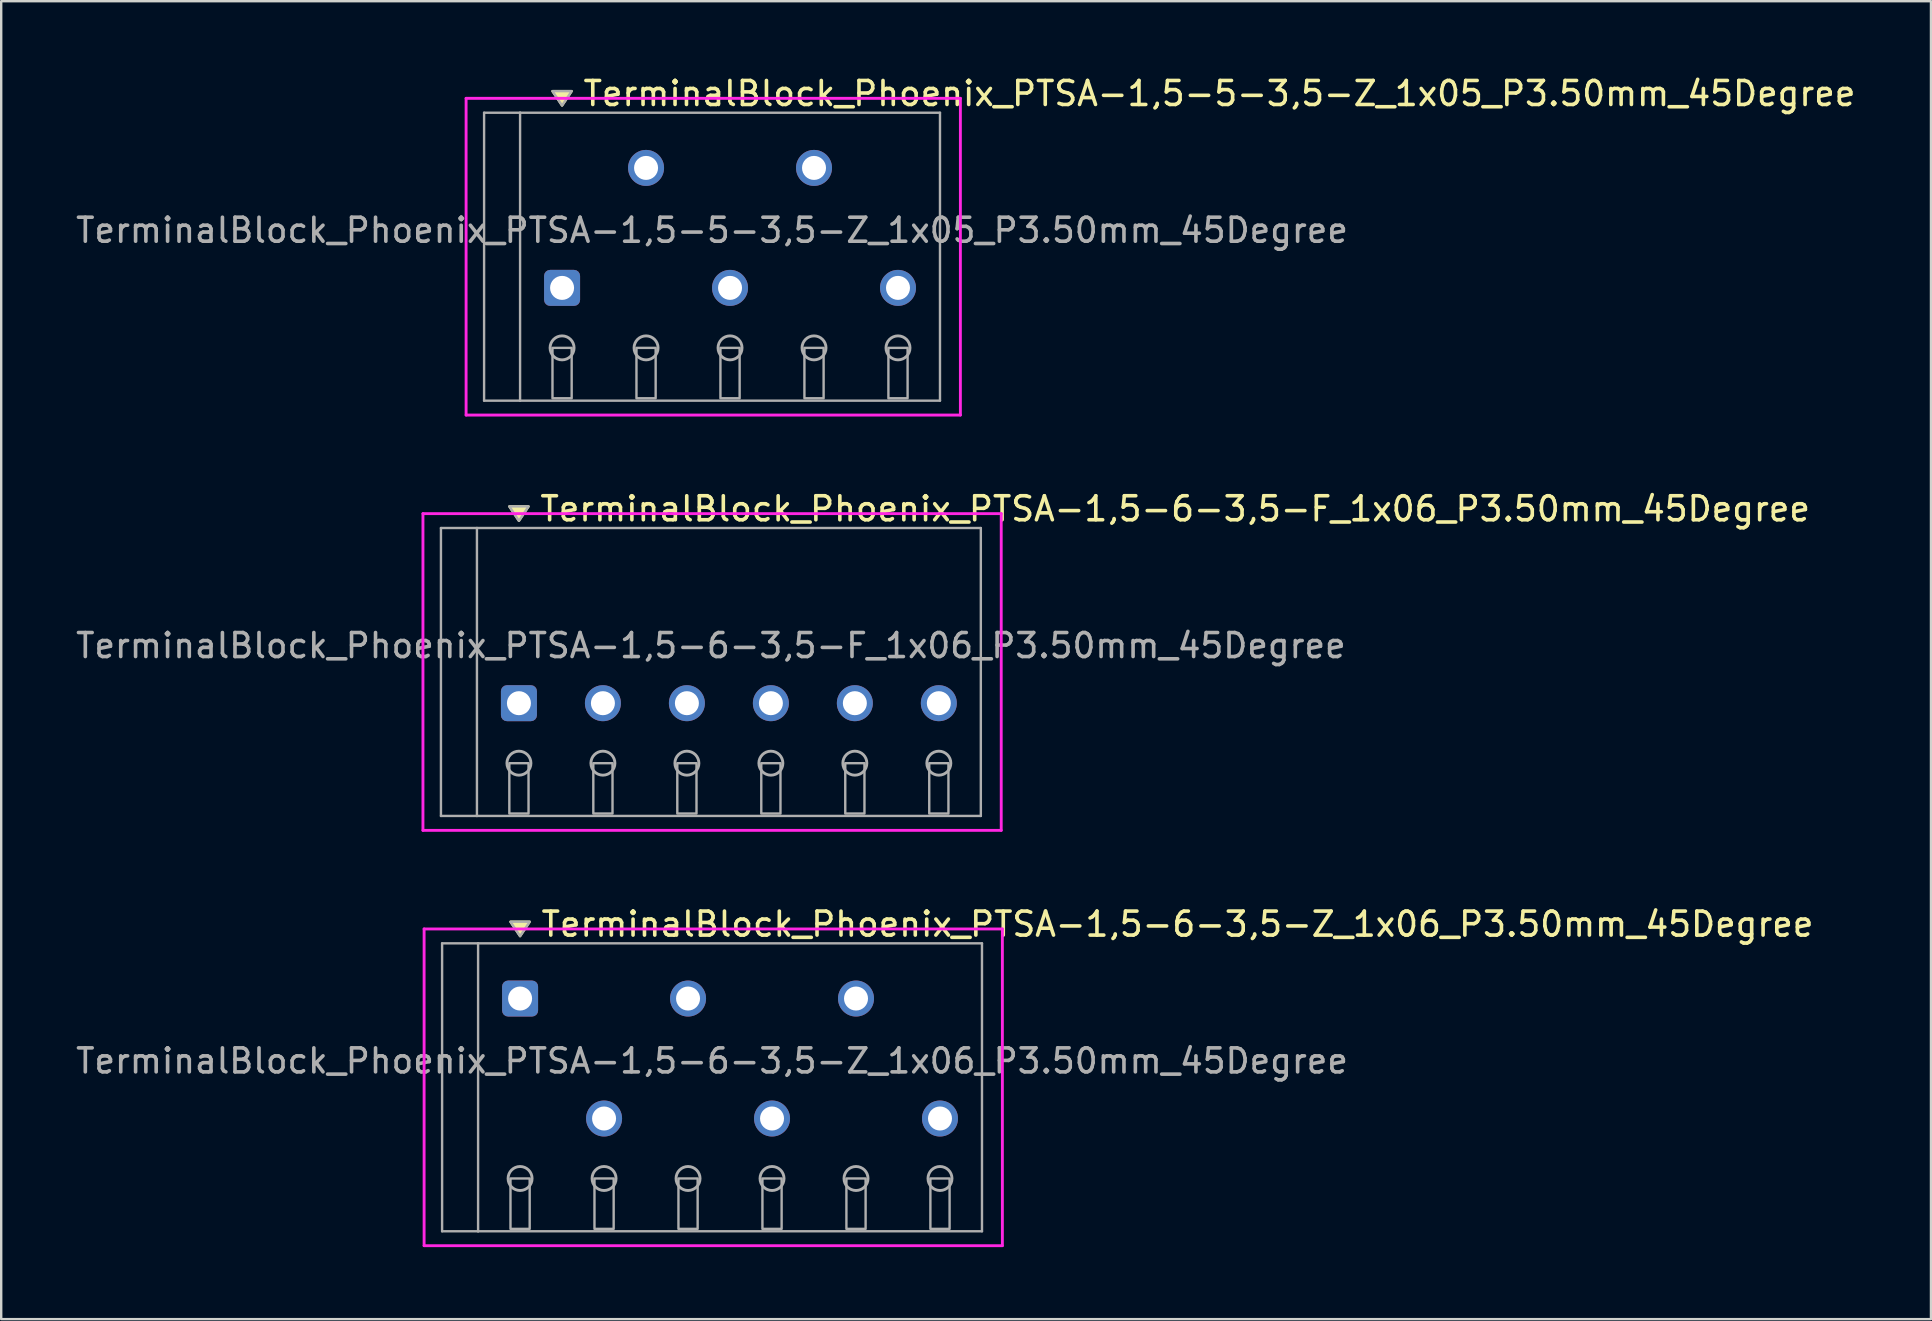
<source format=kicad_pcb>
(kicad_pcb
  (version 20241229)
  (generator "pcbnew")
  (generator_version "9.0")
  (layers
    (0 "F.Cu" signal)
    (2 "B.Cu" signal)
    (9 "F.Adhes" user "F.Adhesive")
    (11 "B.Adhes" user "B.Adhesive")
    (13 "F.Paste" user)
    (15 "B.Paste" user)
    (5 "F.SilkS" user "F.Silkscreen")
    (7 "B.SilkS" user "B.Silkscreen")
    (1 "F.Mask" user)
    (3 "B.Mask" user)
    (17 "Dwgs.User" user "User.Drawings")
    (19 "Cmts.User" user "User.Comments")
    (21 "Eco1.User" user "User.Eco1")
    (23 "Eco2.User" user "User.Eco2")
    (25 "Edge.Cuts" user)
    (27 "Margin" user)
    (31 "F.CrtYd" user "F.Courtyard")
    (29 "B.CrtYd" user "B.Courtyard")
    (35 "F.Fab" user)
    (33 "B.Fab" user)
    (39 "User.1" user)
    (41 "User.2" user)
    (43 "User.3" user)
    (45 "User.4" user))
  (footprint "TerminalBlock_Phoenix_PTSA-1,5-5-3,5-Z_1x05_P3.50mm_45Degree"
    (layer "F.Cu")
    (at 20.375 8.948)
    (property "Reference" "TerminalBlock_Phoenix_PTSA-1,5-5-3,5-Z_1x05_P3.50mm_45Degree" (at 0.8 -8.1 0) (layer "F.SilkS") (effects (font (size 1 1) (thickness 0.15)) (justify left)))
    (attr through_hole)
    (fp_poly (pts (xy 0 -7.6) (xy -0.4 -8.2) (xy 0.4 -8.2)) (stroke (width 0.1) (type solid)) (fill yes) (layer "F.SilkS"))
    (fp_line (start -4 -7.9) (end 16.6 -7.9) (stroke (width 0.12) (type solid)) (layer "F.CrtYd"))
    (fp_line (start -4 5.3) (end -4 -7.9) (stroke (width 0.12) (type solid)) (layer "F.CrtYd"))
    (fp_line (start 16.6 -7.9) (end 16.6 5.3) (stroke (width 0.12) (type solid)) (layer "F.CrtYd"))
    (fp_line (start 16.6 5.3) (end -4 5.3) (stroke (width 0.12) (type solid)) (layer "F.CrtYd"))
    (fp_line (start -3.25 -7.3) (end -1.75 -7.3) (stroke (width 0.1) (type solid)) (layer "F.Fab"))
    (fp_line (start -3.25 4.7) (end -3.25 -7.3) (stroke (width 0.1) (type solid)) (layer "F.Fab"))
    (fp_line (start -1.75 -7.3) (end -1.75 4.7) (stroke (width 0.1) (type solid)) (layer "F.Fab"))
    (fp_line (start -1.75 4.7) (end -3.25 4.7) (stroke (width 0.1) (type solid)) (layer "F.Fab"))
    (fp_line (start -1.75 4.7) (end 15.75 4.7) (stroke (width 0.1) (type solid)) (layer "F.Fab"))
    (fp_line (start 15.75 -7.3) (end -1.75 -7.3) (stroke (width 0.1) (type solid)) (layer "F.Fab"))
    (fp_line (start 15.75 4.7) (end 15.75 -7.3) (stroke (width 0.1) (type solid)) (layer "F.Fab"))
    (fp_circle (center 0 2.5) (end -0.5 2.5) (stroke (width 0.12) (type solid)) (fill no) (layer "F.Fab"))
    (fp_circle (center 3.5 2.5) (end 3 2.5) (stroke (width 0.12) (type solid)) (fill no) (layer "F.Fab"))
    (fp_circle (center 7 2.5) (end 6.5 2.5) (stroke (width 0.12) (type solid)) (fill no) (layer "F.Fab"))
    (fp_circle (center 10.5 2.5) (end 10 2.5) (stroke (width 0.12) (type solid)) (fill no) (layer "F.Fab"))
    (fp_circle (center 14 2.5) (end 13.5 2.5) (stroke (width 0.12) (type solid)) (fill no) (layer "F.Fab"))
    (fp_poly (pts (xy 0 -7.6) (xy -0.4 -8.2) (xy 0.4 -8.2)) (stroke (width 0.1) (type solid)) (fill no) (layer "F.Fab"))
    (fp_poly (pts (xy -0.4 2.5) (xy -0.4 4.6) (xy 0.4 4.6) (xy 0.4 2.5)) (stroke (width 0.1) (type solid)) (fill no) (layer "F.Fab"))
    (fp_poly (pts (xy 3.1 2.5) (xy 3.1 4.6) (xy 3.9 4.6) (xy 3.9 2.5)) (stroke (width 0.1) (type solid)) (fill no) (layer "F.Fab"))
    (fp_poly (pts (xy 6.6 2.5) (xy 6.6 4.6) (xy 7.4 4.6) (xy 7.4 2.5)) (stroke (width 0.1) (type solid)) (fill no) (layer "F.Fab"))
    (fp_poly (pts (xy 10.1 2.5) (xy 10.1 4.6) (xy 10.9 4.6) (xy 10.9 2.5)) (stroke (width 0.1) (type solid)) (fill no) (layer "F.Fab"))
    (fp_poly (pts (xy 13.6 2.5) (xy 13.6 4.6) (xy 14.4 4.6) (xy 14.4 2.5)) (stroke (width 0.1) (type solid)) (fill no) (layer "F.Fab"))
    (fp_text user "${REFERENCE}" (at 6.25 -2.4 0) (layer "F.Fab") (effects (font (size 1 1) (thickness 0.15))))
    (pad "1" thru_hole roundrect (at 0 0) (size 1.5 1.5) (drill 1) (layers "*.Cu" "*.Mask") (roundrect_rratio 0.167))
    (pad "2" thru_hole oval (at 3.5 -5) (size 1.5 1.5) (drill 1) (layers "*.Cu" "*.Mask"))
    (pad "3" thru_hole oval (at 7 0) (size 1.5 1.5) (drill 1) (layers "*.Cu" "*.Mask"))
    (pad "4" thru_hole oval (at 10.5 -5) (size 1.5 1.5) (drill 1) (layers "*.Cu" "*.Mask"))
    (pad "5" thru_hole oval (at 14 0) (size 1.5 1.5) (drill 1) (layers "*.Cu" "*.Mask")))
  (footprint "TerminalBlock_Phoenix_PTSA-1,5-6-3,5-Z_1x06_P3.50mm_45Degree"
    (layer "F.Cu")
    (at 18.625 43.565)
    (property "Reference" "TerminalBlock_Phoenix_PTSA-1,5-6-3,5-Z_1x06_P3.50mm_45Degree" (at 0.8 -8.1 0) (layer "F.SilkS") (effects (font (size 1 1) (thickness 0.15)) (justify left)))
    (attr through_hole)
    (fp_poly (pts (xy 0 -7.6) (xy -0.4 -8.2) (xy 0.4 -8.2)) (stroke (width 0.1) (type solid)) (fill yes) (layer "F.SilkS"))
    (fp_line (start -4 -7.9) (end 20.1 -7.9) (stroke (width 0.12) (type solid)) (layer "F.CrtYd"))
    (fp_line (start -4 5.3) (end -4 -7.9) (stroke (width 0.12) (type solid)) (layer "F.CrtYd"))
    (fp_line (start 20.1 -7.9) (end 20.1 5.3) (stroke (width 0.12) (type solid)) (layer "F.CrtYd"))
    (fp_line (start 20.1 5.3) (end -4 5.3) (stroke (width 0.12) (type solid)) (layer "F.CrtYd"))
    (fp_line (start -3.25 -7.3) (end -1.75 -7.3) (stroke (width 0.1) (type solid)) (layer "F.Fab"))
    (fp_line (start -3.25 4.7) (end -3.25 -7.3) (stroke (width 0.1) (type solid)) (layer "F.Fab"))
    (fp_line (start -1.75 -7.3) (end -1.75 4.7) (stroke (width 0.1) (type solid)) (layer "F.Fab"))
    (fp_line (start -1.75 4.7) (end -3.25 4.7) (stroke (width 0.1) (type solid)) (layer "F.Fab"))
    (fp_line (start -1.75 4.7) (end 19.25 4.7) (stroke (width 0.1) (type solid)) (layer "F.Fab"))
    (fp_line (start 19.25 -7.3) (end -1.75 -7.3) (stroke (width 0.1) (type solid)) (layer "F.Fab"))
    (fp_line (start 19.25 4.7) (end 19.25 -7.3) (stroke (width 0.1) (type solid)) (layer "F.Fab"))
    (fp_circle (center 0 2.5) (end -0.5 2.5) (stroke (width 0.12) (type solid)) (fill no) (layer "F.Fab"))
    (fp_circle (center 3.5 2.5) (end 3 2.5) (stroke (width 0.12) (type solid)) (fill no) (layer "F.Fab"))
    (fp_circle (center 7 2.5) (end 6.5 2.5) (stroke (width 0.12) (type solid)) (fill no) (layer "F.Fab"))
    (fp_circle (center 10.5 2.5) (end 10 2.5) (stroke (width 0.12) (type solid)) (fill no) (layer "F.Fab"))
    (fp_circle (center 14 2.5) (end 13.5 2.5) (stroke (width 0.12) (type solid)) (fill no) (layer "F.Fab"))
    (fp_circle (center 17.5 2.5) (end 17 2.5) (stroke (width 0.12) (type solid)) (fill no) (layer "F.Fab"))
    (fp_poly (pts (xy 0 -7.6) (xy -0.4 -8.2) (xy 0.4 -8.2)) (stroke (width 0.1) (type solid)) (fill no) (layer "F.Fab"))
    (fp_poly (pts (xy -0.4 2.5) (xy -0.4 4.6) (xy 0.4 4.6) (xy 0.4 2.5)) (stroke (width 0.1) (type solid)) (fill no) (layer "F.Fab"))
    (fp_poly (pts (xy 3.1 2.5) (xy 3.1 4.6) (xy 3.9 4.6) (xy 3.9 2.5)) (stroke (width 0.1) (type solid)) (fill no) (layer "F.Fab"))
    (fp_poly (pts (xy 6.6 2.5) (xy 6.6 4.6) (xy 7.4 4.6) (xy 7.4 2.5)) (stroke (width 0.1) (type solid)) (fill no) (layer "F.Fab"))
    (fp_poly (pts (xy 10.1 2.5) (xy 10.1 4.6) (xy 10.9 4.6) (xy 10.9 2.5)) (stroke (width 0.1) (type solid)) (fill no) (layer "F.Fab"))
    (fp_poly (pts (xy 13.6 2.5) (xy 13.6 4.6) (xy 14.4 4.6) (xy 14.4 2.5)) (stroke (width 0.1) (type solid)) (fill no) (layer "F.Fab"))
    (fp_poly (pts (xy 17.1 2.5) (xy 17.1 4.6) (xy 17.9 4.6) (xy 17.9 2.5)) (stroke (width 0.1) (type solid)) (fill no) (layer "F.Fab"))
    (fp_text user "${REFERENCE}" (at 8 -2.4 0) (layer "F.Fab") (effects (font (size 1 1) (thickness 0.15))))
    (pad "1" thru_hole roundrect (at 0 -5) (size 1.5 1.5) (drill 1) (layers "*.Cu" "*.Mask") (roundrect_rratio 0.167))
    (pad "2" thru_hole oval (at 3.5 0) (size 1.5 1.5) (drill 1) (layers "*.Cu" "*.Mask"))
    (pad "3" thru_hole oval (at 7 -5) (size 1.5 1.5) (drill 1) (layers "*.Cu" "*.Mask"))
    (pad "4" thru_hole oval (at 10.5 0) (size 1.5 1.5) (drill 1) (layers "*.Cu" "*.Mask"))
    (pad "5" thru_hole oval (at 14 -5) (size 1.5 1.5) (drill 1) (layers "*.Cu" "*.Mask"))
    (pad "6" thru_hole oval (at 17.5 0) (size 1.5 1.5) (drill 1) (layers "*.Cu" "*.Mask")))
  (footprint "TerminalBlock_Phoenix_PTSA-1,5-6-3,5-F_1x06_P3.50mm_45Degree"
    (layer "F.Cu")
    (at 18.577 26.256)
    (property "Reference" "TerminalBlock_Phoenix_PTSA-1,5-6-3,5-F_1x06_P3.50mm_45Degree" (at 0.8 -8.1 0) (layer "F.SilkS") (effects (font (size 1 1) (thickness 0.15)) (justify left)))
    (attr through_hole)
    (fp_poly (pts (xy 0 -7.6) (xy -0.4 -8.2) (xy 0.4 -8.2)) (stroke (width 0.1) (type solid)) (fill yes) (layer "F.SilkS"))
    (fp_line (start -4 -7.9) (end 20.1 -7.9) (stroke (width 0.12) (type solid)) (layer "F.CrtYd"))
    (fp_line (start -4 5.3) (end -4 -7.9) (stroke (width 0.12) (type solid)) (layer "F.CrtYd"))
    (fp_line (start 20.1 -7.9) (end 20.1 5.3) (stroke (width 0.12) (type solid)) (layer "F.CrtYd"))
    (fp_line (start 20.1 5.3) (end -4 5.3) (stroke (width 0.12) (type solid)) (layer "F.CrtYd"))
    (fp_line (start -3.25 -7.3) (end -1.75 -7.3) (stroke (width 0.1) (type solid)) (layer "F.Fab"))
    (fp_line (start -3.25 4.7) (end -3.25 -7.3) (stroke (width 0.1) (type solid)) (layer "F.Fab"))
    (fp_line (start -1.75 -7.3) (end -1.75 4.7) (stroke (width 0.1) (type solid)) (layer "F.Fab"))
    (fp_line (start -1.75 4.7) (end -3.25 4.7) (stroke (width 0.1) (type solid)) (layer "F.Fab"))
    (fp_line (start -1.75 4.7) (end 19.25 4.7) (stroke (width 0.1) (type solid)) (layer "F.Fab"))
    (fp_line (start 19.25 -7.3) (end -1.75 -7.3) (stroke (width 0.1) (type solid)) (layer "F.Fab"))
    (fp_line (start 19.25 4.7) (end 19.25 -7.3) (stroke (width 0.1) (type solid)) (layer "F.Fab"))
    (fp_circle (center 0 2.5) (end -0.5 2.5) (stroke (width 0.12) (type solid)) (fill no) (layer "F.Fab"))
    (fp_circle (center 3.5 2.5) (end 3 2.5) (stroke (width 0.12) (type solid)) (fill no) (layer "F.Fab"))
    (fp_circle (center 7 2.5) (end 6.5 2.5) (stroke (width 0.12) (type solid)) (fill no) (layer "F.Fab"))
    (fp_circle (center 10.5 2.5) (end 10 2.5) (stroke (width 0.12) (type solid)) (fill no) (layer "F.Fab"))
    (fp_circle (center 14 2.5) (end 13.5 2.5) (stroke (width 0.12) (type solid)) (fill no) (layer "F.Fab"))
    (fp_circle (center 17.5 2.5) (end 17 2.5) (stroke (width 0.12) (type solid)) (fill no) (layer "F.Fab"))
    (fp_poly (pts (xy 0 -7.6) (xy -0.4 -8.2) (xy 0.4 -8.2)) (stroke (width 0.1) (type solid)) (fill no) (layer "F.Fab"))
    (fp_poly (pts (xy -0.4 2.5) (xy -0.4 4.6) (xy 0.4 4.6) (xy 0.4 2.5)) (stroke (width 0.1) (type solid)) (fill no) (layer "F.Fab"))
    (fp_poly (pts (xy 3.1 2.5) (xy 3.1 4.6) (xy 3.9 4.6) (xy 3.9 2.5)) (stroke (width 0.1) (type solid)) (fill no) (layer "F.Fab"))
    (fp_poly (pts (xy 6.6 2.5) (xy 6.6 4.6) (xy 7.4 4.6) (xy 7.4 2.5)) (stroke (width 0.1) (type solid)) (fill no) (layer "F.Fab"))
    (fp_poly (pts (xy 10.1 2.5) (xy 10.1 4.6) (xy 10.9 4.6) (xy 10.9 2.5)) (stroke (width 0.1) (type solid)) (fill no) (layer "F.Fab"))
    (fp_poly (pts (xy 13.6 2.5) (xy 13.6 4.6) (xy 14.4 4.6) (xy 14.4 2.5)) (stroke (width 0.1) (type solid)) (fill no) (layer "F.Fab"))
    (fp_poly (pts (xy 17.1 2.5) (xy 17.1 4.6) (xy 17.9 4.6) (xy 17.9 2.5)) (stroke (width 0.1) (type solid)) (fill no) (layer "F.Fab"))
    (fp_text user "${REFERENCE}" (at 8 -2.4 0) (layer "F.Fab") (effects (font (size 1 1) (thickness 0.15))))
    (pad "1" thru_hole roundrect (at 0 0) (size 1.5 1.5) (drill 1) (layers "*.Cu" "*.Mask") (roundrect_rratio 0.167))
    (pad "2" thru_hole oval (at 3.5 0) (size 1.5 1.5) (drill 1) (layers "*.Cu" "*.Mask"))
    (pad "3" thru_hole oval (at 7 0) (size 1.5 1.5) (drill 1) (layers "*.Cu" "*.Mask"))
    (pad "4" thru_hole oval (at 10.5 0) (size 1.5 1.5) (drill 1) (layers "*.Cu" "*.Mask"))
    (pad "5" thru_hole oval (at 14 0) (size 1.5 1.5) (drill 1) (layers "*.Cu" "*.Mask"))
    (pad "6" thru_hole oval (at 17.5 0) (size 1.5 1.5) (drill 1) (layers "*.Cu" "*.Mask")))
  (gr_rect
    (start -3 -3)
    (end 77.425 51.925)
    (stroke (width 0.1) (type default))
    (fill no)
    (layer "Edge.Cuts")))
</source>
